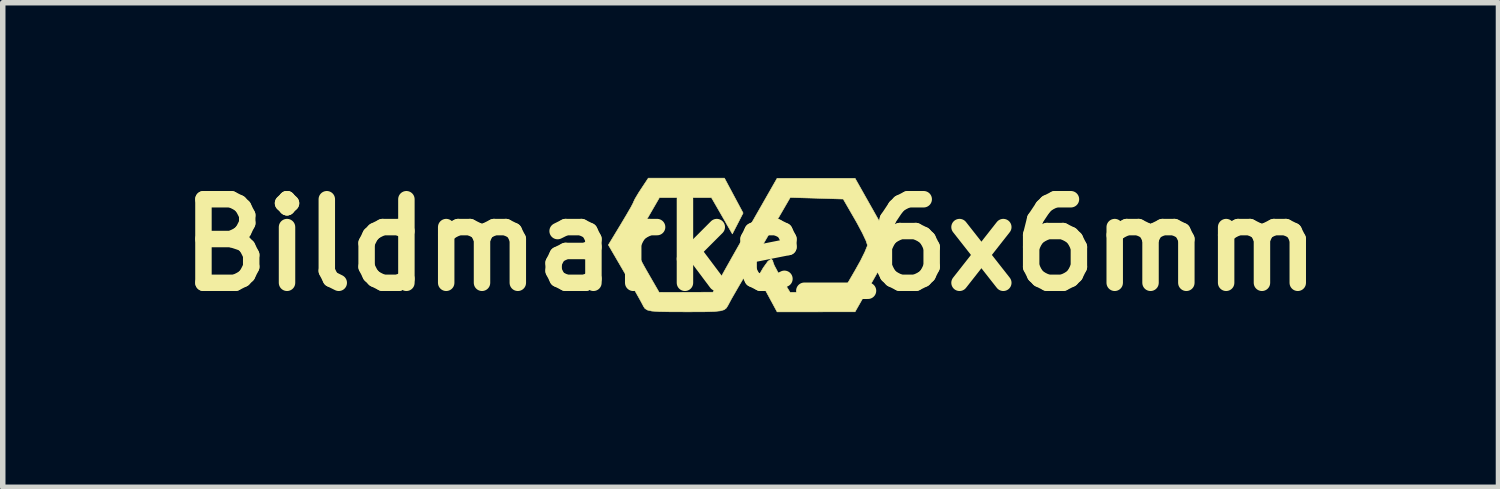
<source format=kicad_pcb>
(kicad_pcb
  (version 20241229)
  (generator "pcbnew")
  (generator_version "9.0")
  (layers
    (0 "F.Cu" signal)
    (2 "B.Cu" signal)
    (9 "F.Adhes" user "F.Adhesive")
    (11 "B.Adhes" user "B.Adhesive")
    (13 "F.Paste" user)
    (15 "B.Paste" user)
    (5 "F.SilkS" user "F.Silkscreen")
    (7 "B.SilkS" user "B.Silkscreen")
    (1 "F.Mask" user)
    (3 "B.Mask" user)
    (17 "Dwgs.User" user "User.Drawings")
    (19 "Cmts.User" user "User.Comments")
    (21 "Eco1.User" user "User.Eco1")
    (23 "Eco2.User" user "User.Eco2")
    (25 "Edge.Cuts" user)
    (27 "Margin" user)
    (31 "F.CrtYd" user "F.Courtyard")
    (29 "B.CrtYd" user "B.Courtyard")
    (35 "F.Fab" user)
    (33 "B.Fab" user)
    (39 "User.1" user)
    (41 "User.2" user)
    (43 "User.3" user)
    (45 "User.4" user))
  (footprint "Bildmarke_6x6mm"
    (layer "F.Cu")
    (at 10.639 1.418)
    (property "Reference" "Bildmarke_6x6mm" (at 0 0 0) (layer "F.SilkS") (effects (font (size 1.524 1.524) (thickness 0.3))))
    (attr through_hole)
    (fp_poly (pts (xy -0.307 -0.901) (xy -0.137 -0.583) (xy -0.235 -0.392) (xy -0.333 -0.202) (xy -0.523 -0.533) (xy -0.714 -0.864) (xy -1.663 -0.864) (xy -1.898 -0.458) (xy -2.002 -0.275) (xy -2.082 -0.121) (xy -2.128 -0.021) (xy -2.134 0.001) (xy -2.11 0.067) (xy -2.045 0.197) (xy -1.952 0.369) (xy -1.901 0.46) (xy -1.668 0.864) (xy -0.686 0.861) (xy -0.61 0.713) (xy -0.561 0.623) (xy -0.472 0.462) (xy -0.35 0.245) (xy -0.205 -0.011) (xy -0.046 -0.291) (xy -0.025 -0.326) (xy 0.483 -1.216) (xy 1.905 -1.216) (xy 2.25 -0.605) (xy 2.594 0.006) (xy 2.25 0.612) (xy 1.905 1.218) (xy 1.194 1.219) (xy 0.483 1.219) (xy 0.136 0.577) (xy 0.231 0.415) (xy 0.314 0.299) (xy 0.376 0.254) (xy 0.406 0.289) (xy 0.406 0.304) (xy 0.431 0.372) (xy 0.496 0.494) (xy 0.563 0.609) (xy 0.72 0.864) (xy 1.673 0.864) (xy 1.902 0.47) (xy 2.005 0.286) (xy 2.083 0.128) (xy 2.126 0.023) (xy 2.13 0) (xy 2.105 -0.077) (xy 2.04 -0.215) (xy 1.947 -0.39) (xy 1.909 -0.457) (xy 1.689 -0.838) (xy 1.206 -0.853) (xy 0.723 -0.867) (xy 0.273 -0.091) (xy 0.12 0.173) (xy -0.021 0.417) (xy -0.141 0.623) (xy -0.228 0.772) (xy -0.266 0.838) (xy -0.348 0.98) (xy -0.415 1.105) (xy -0.443 1.15) (xy -0.483 1.181) (xy -0.552 1.201) (xy -0.667 1.213) (xy -0.846 1.218) (xy -1.105 1.219) (xy -1.189 1.219) (xy -1.472 1.218) (xy -1.67 1.214) (xy -1.801 1.205) (xy -1.88 1.187) (xy -1.926 1.159) (xy -1.954 1.118) (xy -1.96 1.105) (xy -2.008 1.015) (xy -2.094 0.862) (xy -2.206 0.667) (xy -2.305 0.495) (xy -2.594 -0.001) (xy -2.364 -0.381) (xy -2.261 -0.554) (xy -2.181 -0.692) (xy -2.138 -0.775) (xy -2.134 -0.788) (xy -2.108 -0.842) (xy -2.043 -0.951) (xy -2 -1.017) (xy -1.866 -1.219) (xy -1.172 -1.219) (xy -0.477 -1.219) (xy -0.307 -0.901)) (stroke (width 0.01) (type solid)) (fill yes) (layer "F.SilkS")))
  (gr_rect
    (start -3 -3)
    (end 24.278 5.836)
    (stroke (width 0.1) (type default))
    (fill no)
    (layer "Edge.Cuts")))
</source>
